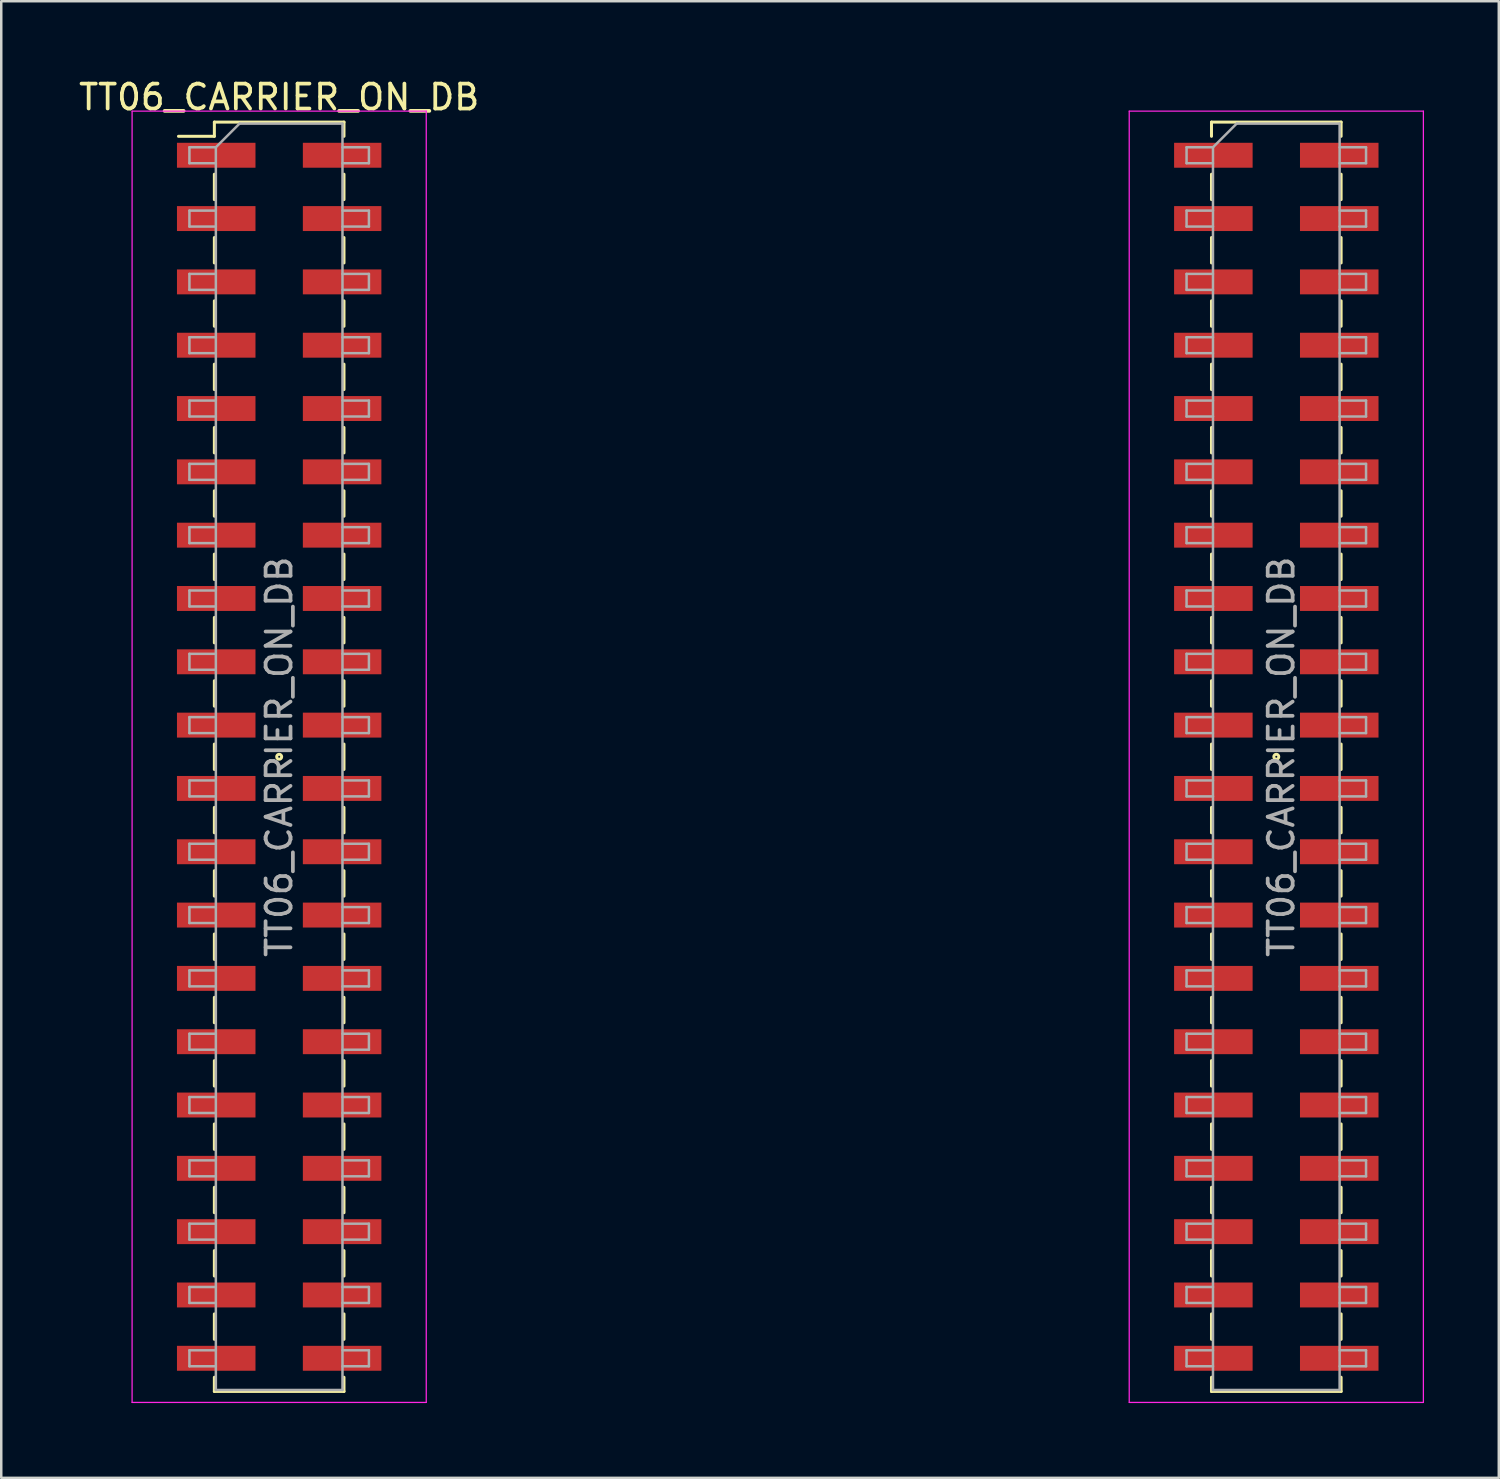
<source format=kicad_pcb>
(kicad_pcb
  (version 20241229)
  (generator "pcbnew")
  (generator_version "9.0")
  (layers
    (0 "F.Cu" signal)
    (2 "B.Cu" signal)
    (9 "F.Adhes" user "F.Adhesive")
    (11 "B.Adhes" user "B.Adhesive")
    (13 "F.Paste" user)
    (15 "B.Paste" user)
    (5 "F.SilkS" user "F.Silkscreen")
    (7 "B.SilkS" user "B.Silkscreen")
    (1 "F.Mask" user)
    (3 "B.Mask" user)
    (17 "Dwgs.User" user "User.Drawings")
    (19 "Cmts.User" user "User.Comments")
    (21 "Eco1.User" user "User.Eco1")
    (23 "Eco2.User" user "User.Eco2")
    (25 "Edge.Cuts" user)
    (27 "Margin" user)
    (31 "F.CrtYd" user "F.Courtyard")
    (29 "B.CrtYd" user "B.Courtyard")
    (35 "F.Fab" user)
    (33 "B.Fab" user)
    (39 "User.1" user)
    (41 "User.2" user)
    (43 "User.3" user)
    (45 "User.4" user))
  (footprint "TT06_CARRIER_ON_DB"
    (layer "F.Cu")
    (at 28.149 27.308)
    (property "Reference" "TT06_CARRIER_ON_DB" (at -20 -26.46 0) (layer "F.SilkS") (effects (font (size 1 1) (thickness 0.15))))
    (attr smd)
    (fp_line (start -24.04 -24.89) (end -22.6 -24.89) (stroke (width 0.12) (type solid)) (layer "F.SilkS"))
    (fp_line (start -22.6 -25.46) (end -22.6 -24.89) (stroke (width 0.12) (type solid)) (layer "F.SilkS"))
    (fp_line (start -22.6 -25.46) (end -17.4 -25.46) (stroke (width 0.12) (type solid)) (layer "F.SilkS"))
    (fp_line (start -22.6 -23.37) (end -22.6 -22.35) (stroke (width 0.12) (type solid)) (layer "F.SilkS"))
    (fp_line (start -22.6 -20.83) (end -22.6 -19.81) (stroke (width 0.12) (type solid)) (layer "F.SilkS"))
    (fp_line (start -22.6 -18.29) (end -22.6 -17.27) (stroke (width 0.12) (type solid)) (layer "F.SilkS"))
    (fp_line (start -22.6 -15.75) (end -22.6 -14.73) (stroke (width 0.12) (type solid)) (layer "F.SilkS"))
    (fp_line (start -22.6 -13.21) (end -22.6 -12.19) (stroke (width 0.12) (type solid)) (layer "F.SilkS"))
    (fp_line (start -22.6 -10.67) (end -22.6 -9.65) (stroke (width 0.12) (type solid)) (layer "F.SilkS"))
    (fp_line (start -22.6 -8.13) (end -22.6 -7.11) (stroke (width 0.12) (type solid)) (layer "F.SilkS"))
    (fp_line (start -22.6 -5.59) (end -22.6 -4.57) (stroke (width 0.12) (type solid)) (layer "F.SilkS"))
    (fp_line (start -22.6 -3.05) (end -22.6 -2.03) (stroke (width 0.12) (type solid)) (layer "F.SilkS"))
    (fp_line (start -22.6 -0.51) (end -22.6 0.51) (stroke (width 0.12) (type solid)) (layer "F.SilkS"))
    (fp_line (start -22.6 2.03) (end -22.6 3.05) (stroke (width 0.12) (type solid)) (layer "F.SilkS"))
    (fp_line (start -22.6 4.57) (end -22.6 5.59) (stroke (width 0.12) (type solid)) (layer "F.SilkS"))
    (fp_line (start -22.6 7.11) (end -22.6 8.13) (stroke (width 0.12) (type solid)) (layer "F.SilkS"))
    (fp_line (start -22.6 9.65) (end -22.6 10.67) (stroke (width 0.12) (type solid)) (layer "F.SilkS"))
    (fp_line (start -22.6 12.19) (end -22.6 13.21) (stroke (width 0.12) (type solid)) (layer "F.SilkS"))
    (fp_line (start -22.6 14.73) (end -22.6 15.75) (stroke (width 0.12) (type solid)) (layer "F.SilkS"))
    (fp_line (start -22.6 17.27) (end -22.6 18.29) (stroke (width 0.12) (type solid)) (layer "F.SilkS"))
    (fp_line (start -22.6 19.81) (end -22.6 20.83) (stroke (width 0.12) (type solid)) (layer "F.SilkS"))
    (fp_line (start -22.6 22.35) (end -22.6 23.37) (stroke (width 0.12) (type solid)) (layer "F.SilkS"))
    (fp_line (start -22.6 24.89) (end -22.6 25.46) (stroke (width 0.12) (type solid)) (layer "F.SilkS"))
    (fp_line (start -22.6 25.46) (end -17.4 25.46) (stroke (width 0.12) (type solid)) (layer "F.SilkS"))
    (fp_line (start -17.4 -25.46) (end -17.4 -24.89) (stroke (width 0.12) (type solid)) (layer "F.SilkS"))
    (fp_line (start -17.4 -23.37) (end -17.4 -22.35) (stroke (width 0.12) (type solid)) (layer "F.SilkS"))
    (fp_line (start -17.4 -20.83) (end -17.4 -19.81) (stroke (width 0.12) (type solid)) (layer "F.SilkS"))
    (fp_line (start -17.4 -18.29) (end -17.4 -17.27) (stroke (width 0.12) (type solid)) (layer "F.SilkS"))
    (fp_line (start -17.4 -15.75) (end -17.4 -14.73) (stroke (width 0.12) (type solid)) (layer "F.SilkS"))
    (fp_line (start -17.4 -13.21) (end -17.4 -12.19) (stroke (width 0.12) (type solid)) (layer "F.SilkS"))
    (fp_line (start -17.4 -10.67) (end -17.4 -9.65) (stroke (width 0.12) (type solid)) (layer "F.SilkS"))
    (fp_line (start -17.4 -8.13) (end -17.4 -7.11) (stroke (width 0.12) (type solid)) (layer "F.SilkS"))
    (fp_line (start -17.4 -5.59) (end -17.4 -4.57) (stroke (width 0.12) (type solid)) (layer "F.SilkS"))
    (fp_line (start -17.4 -3.05) (end -17.4 -2.03) (stroke (width 0.12) (type solid)) (layer "F.SilkS"))
    (fp_line (start -17.4 -0.51) (end -17.4 0.51) (stroke (width 0.12) (type solid)) (layer "F.SilkS"))
    (fp_line (start -17.4 2.03) (end -17.4 3.05) (stroke (width 0.12) (type solid)) (layer "F.SilkS"))
    (fp_line (start -17.4 4.57) (end -17.4 5.59) (stroke (width 0.12) (type solid)) (layer "F.SilkS"))
    (fp_line (start -17.4 7.11) (end -17.4 8.13) (stroke (width 0.12) (type solid)) (layer "F.SilkS"))
    (fp_line (start -17.4 9.65) (end -17.4 10.67) (stroke (width 0.12) (type solid)) (layer "F.SilkS"))
    (fp_line (start -17.4 12.19) (end -17.4 13.21) (stroke (width 0.12) (type solid)) (layer "F.SilkS"))
    (fp_line (start -17.4 14.73) (end -17.4 15.75) (stroke (width 0.12) (type solid)) (layer "F.SilkS"))
    (fp_line (start -17.4 17.27) (end -17.4 18.29) (stroke (width 0.12) (type solid)) (layer "F.SilkS"))
    (fp_line (start -17.4 19.81) (end -17.4 20.83) (stroke (width 0.12) (type solid)) (layer "F.SilkS"))
    (fp_line (start -17.4 22.35) (end -17.4 23.37) (stroke (width 0.12) (type solid)) (layer "F.SilkS"))
    (fp_line (start -17.4 24.89) (end -17.4 25.46) (stroke (width 0.12) (type solid)) (layer "F.SilkS"))
    (fp_line (start 17.4 -25.46) (end 17.4 -24.89) (stroke (width 0.12) (type solid)) (layer "F.SilkS"))
    (fp_line (start 17.4 -25.46) (end 22.6 -25.46) (stroke (width 0.12) (type solid)) (layer "F.SilkS"))
    (fp_line (start 17.4 -23.37) (end 17.4 -22.35) (stroke (width 0.12) (type solid)) (layer "F.SilkS"))
    (fp_line (start 17.4 -20.83) (end 17.4 -19.81) (stroke (width 0.12) (type solid)) (layer "F.SilkS"))
    (fp_line (start 17.4 -18.29) (end 17.4 -17.27) (stroke (width 0.12) (type solid)) (layer "F.SilkS"))
    (fp_line (start 17.4 -15.75) (end 17.4 -14.73) (stroke (width 0.12) (type solid)) (layer "F.SilkS"))
    (fp_line (start 17.4 -13.21) (end 17.4 -12.19) (stroke (width 0.12) (type solid)) (layer "F.SilkS"))
    (fp_line (start 17.4 -10.67) (end 17.4 -9.65) (stroke (width 0.12) (type solid)) (layer "F.SilkS"))
    (fp_line (start 17.4 -8.13) (end 17.4 -7.11) (stroke (width 0.12) (type solid)) (layer "F.SilkS"))
    (fp_line (start 17.4 -5.59) (end 17.4 -4.57) (stroke (width 0.12) (type solid)) (layer "F.SilkS"))
    (fp_line (start 17.4 -3.05) (end 17.4 -2.03) (stroke (width 0.12) (type solid)) (layer "F.SilkS"))
    (fp_line (start 17.4 -0.51) (end 17.4 0.51) (stroke (width 0.12) (type solid)) (layer "F.SilkS"))
    (fp_line (start 17.4 2.03) (end 17.4 3.05) (stroke (width 0.12) (type solid)) (layer "F.SilkS"))
    (fp_line (start 17.4 4.57) (end 17.4 5.59) (stroke (width 0.12) (type solid)) (layer "F.SilkS"))
    (fp_line (start 17.4 7.11) (end 17.4 8.13) (stroke (width 0.12) (type solid)) (layer "F.SilkS"))
    (fp_line (start 17.4 9.65) (end 17.4 10.67) (stroke (width 0.12) (type solid)) (layer "F.SilkS"))
    (fp_line (start 17.4 12.19) (end 17.4 13.21) (stroke (width 0.12) (type solid)) (layer "F.SilkS"))
    (fp_line (start 17.4 14.73) (end 17.4 15.75) (stroke (width 0.12) (type solid)) (layer "F.SilkS"))
    (fp_line (start 17.4 17.27) (end 17.4 18.29) (stroke (width 0.12) (type solid)) (layer "F.SilkS"))
    (fp_line (start 17.4 19.81) (end 17.4 20.83) (stroke (width 0.12) (type solid)) (layer "F.SilkS"))
    (fp_line (start 17.4 22.35) (end 17.4 23.37) (stroke (width 0.12) (type solid)) (layer "F.SilkS"))
    (fp_line (start 17.4 24.89) (end 17.4 25.46) (stroke (width 0.12) (type solid)) (layer "F.SilkS"))
    (fp_line (start 17.4 25.46) (end 22.6 25.46) (stroke (width 0.12) (type solid)) (layer "F.SilkS"))
    (fp_line (start 22.6 -25.46) (end 22.6 -24.89) (stroke (width 0.12) (type solid)) (layer "F.SilkS"))
    (fp_line (start 22.6 -23.37) (end 22.6 -22.35) (stroke (width 0.12) (type solid)) (layer "F.SilkS"))
    (fp_line (start 22.6 -20.83) (end 22.6 -19.81) (stroke (width 0.12) (type solid)) (layer "F.SilkS"))
    (fp_line (start 22.6 -18.29) (end 22.6 -17.27) (stroke (width 0.12) (type solid)) (layer "F.SilkS"))
    (fp_line (start 22.6 -15.75) (end 22.6 -14.73) (stroke (width 0.12) (type solid)) (layer "F.SilkS"))
    (fp_line (start 22.6 -13.21) (end 22.6 -12.19) (stroke (width 0.12) (type solid)) (layer "F.SilkS"))
    (fp_line (start 22.6 -10.67) (end 22.6 -9.65) (stroke (width 0.12) (type solid)) (layer "F.SilkS"))
    (fp_line (start 22.6 -8.13) (end 22.6 -7.11) (stroke (width 0.12) (type solid)) (layer "F.SilkS"))
    (fp_line (start 22.6 -5.59) (end 22.6 -4.57) (stroke (width 0.12) (type solid)) (layer "F.SilkS"))
    (fp_line (start 22.6 -3.05) (end 22.6 -2.03) (stroke (width 0.12) (type solid)) (layer "F.SilkS"))
    (fp_line (start 22.6 -0.51) (end 22.6 0.51) (stroke (width 0.12) (type solid)) (layer "F.SilkS"))
    (fp_line (start 22.6 2.03) (end 22.6 3.05) (stroke (width 0.12) (type solid)) (layer "F.SilkS"))
    (fp_line (start 22.6 4.57) (end 22.6 5.59) (stroke (width 0.12) (type solid)) (layer "F.SilkS"))
    (fp_line (start 22.6 7.11) (end 22.6 8.13) (stroke (width 0.12) (type solid)) (layer "F.SilkS"))
    (fp_line (start 22.6 9.65) (end 22.6 10.67) (stroke (width 0.12) (type solid)) (layer "F.SilkS"))
    (fp_line (start 22.6 12.19) (end 22.6 13.21) (stroke (width 0.12) (type solid)) (layer "F.SilkS"))
    (fp_line (start 22.6 14.73) (end 22.6 15.75) (stroke (width 0.12) (type solid)) (layer "F.SilkS"))
    (fp_line (start 22.6 17.27) (end 22.6 18.29) (stroke (width 0.12) (type solid)) (layer "F.SilkS"))
    (fp_line (start 22.6 19.81) (end 22.6 20.83) (stroke (width 0.12) (type solid)) (layer "F.SilkS"))
    (fp_line (start 22.6 22.35) (end 22.6 23.37) (stroke (width 0.12) (type solid)) (layer "F.SilkS"))
    (fp_line (start 22.6 24.89) (end 22.6 25.46) (stroke (width 0.12) (type solid)) (layer "F.SilkS"))
    (fp_circle (center -20 0) (end -19.9 0) (stroke (width 0.12) (type default)) (fill no) (layer "F.SilkS"))
    (fp_circle (center 20 0) (end 20.1 0) (stroke (width 0.12) (type default)) (fill no) (layer "F.SilkS"))
    (fp_line (start -25.9 -25.9) (end -25.9 25.9) (stroke (width 0.05) (type solid)) (layer "F.CrtYd"))
    (fp_line (start -25.9 25.9) (end -14.1 25.9) (stroke (width 0.05) (type solid)) (layer "F.CrtYd"))
    (fp_line (start -14.1 -25.9) (end -25.9 -25.9) (stroke (width 0.05) (type solid)) (layer "F.CrtYd"))
    (fp_line (start -14.1 25.9) (end -14.1 -25.9) (stroke (width 0.05) (type solid)) (layer "F.CrtYd"))
    (fp_line (start 14.1 -25.9) (end 14.1 25.9) (stroke (width 0.05) (type solid)) (layer "F.CrtYd"))
    (fp_line (start 14.1 25.9) (end 25.9 25.9) (stroke (width 0.05) (type solid)) (layer "F.CrtYd"))
    (fp_line (start 25.9 -25.9) (end 14.1 -25.9) (stroke (width 0.05) (type solid)) (layer "F.CrtYd"))
    (fp_line (start 25.9 25.9) (end 25.9 -25.9) (stroke (width 0.05) (type solid)) (layer "F.CrtYd"))
    (fp_line (start -23.6 -24.45) (end -23.6 -23.81) (stroke (width 0.1) (type solid)) (layer "F.Fab"))
    (fp_line (start -23.6 -23.81) (end -22.54 -23.81) (stroke (width 0.1) (type solid)) (layer "F.Fab"))
    (fp_line (start -23.6 -21.91) (end -23.6 -21.27) (stroke (width 0.1) (type solid)) (layer "F.Fab"))
    (fp_line (start -23.6 -21.27) (end -22.54 -21.27) (stroke (width 0.1) (type solid)) (layer "F.Fab"))
    (fp_line (start -23.6 -19.37) (end -23.6 -18.73) (stroke (width 0.1) (type solid)) (layer "F.Fab"))
    (fp_line (start -23.6 -18.73) (end -22.54 -18.73) (stroke (width 0.1) (type solid)) (layer "F.Fab"))
    (fp_line (start -23.6 -16.83) (end -23.6 -16.19) (stroke (width 0.1) (type solid)) (layer "F.Fab"))
    (fp_line (start -23.6 -16.19) (end -22.54 -16.19) (stroke (width 0.1) (type solid)) (layer "F.Fab"))
    (fp_line (start -23.6 -14.29) (end -23.6 -13.65) (stroke (width 0.1) (type solid)) (layer "F.Fab"))
    (fp_line (start -23.6 -13.65) (end -22.54 -13.65) (stroke (width 0.1) (type solid)) (layer "F.Fab"))
    (fp_line (start -23.6 -11.75) (end -23.6 -11.11) (stroke (width 0.1) (type solid)) (layer "F.Fab"))
    (fp_line (start -23.6 -11.11) (end -22.54 -11.11) (stroke (width 0.1) (type solid)) (layer "F.Fab"))
    (fp_line (start -23.6 -9.21) (end -23.6 -8.57) (stroke (width 0.1) (type solid)) (layer "F.Fab"))
    (fp_line (start -23.6 -8.57) (end -22.54 -8.57) (stroke (width 0.1) (type solid)) (layer "F.Fab"))
    (fp_line (start -23.6 -6.67) (end -23.6 -6.03) (stroke (width 0.1) (type solid)) (layer "F.Fab"))
    (fp_line (start -23.6 -6.03) (end -22.54 -6.03) (stroke (width 0.1) (type solid)) (layer "F.Fab"))
    (fp_line (start -23.6 -4.13) (end -23.6 -3.49) (stroke (width 0.1) (type solid)) (layer "F.Fab"))
    (fp_line (start -23.6 -3.49) (end -22.54 -3.49) (stroke (width 0.1) (type solid)) (layer "F.Fab"))
    (fp_line (start -23.6 -1.59) (end -23.6 -0.95) (stroke (width 0.1) (type solid)) (layer "F.Fab"))
    (fp_line (start -23.6 -0.95) (end -22.54 -0.95) (stroke (width 0.1) (type solid)) (layer "F.Fab"))
    (fp_line (start -23.6 0.95) (end -23.6 1.59) (stroke (width 0.1) (type solid)) (layer "F.Fab"))
    (fp_line (start -23.6 1.59) (end -22.54 1.59) (stroke (width 0.1) (type solid)) (layer "F.Fab"))
    (fp_line (start -23.6 3.49) (end -23.6 4.13) (stroke (width 0.1) (type solid)) (layer "F.Fab"))
    (fp_line (start -23.6 4.13) (end -22.54 4.13) (stroke (width 0.1) (type solid)) (layer "F.Fab"))
    (fp_line (start -23.6 6.03) (end -23.6 6.67) (stroke (width 0.1) (type solid)) (layer "F.Fab"))
    (fp_line (start -23.6 6.67) (end -22.54 6.67) (stroke (width 0.1) (type solid)) (layer "F.Fab"))
    (fp_line (start -23.6 8.57) (end -23.6 9.21) (stroke (width 0.1) (type solid)) (layer "F.Fab"))
    (fp_line (start -23.6 9.21) (end -22.54 9.21) (stroke (width 0.1) (type solid)) (layer "F.Fab"))
    (fp_line (start -23.6 11.11) (end -23.6 11.75) (stroke (width 0.1) (type solid)) (layer "F.Fab"))
    (fp_line (start -23.6 11.75) (end -22.54 11.75) (stroke (width 0.1) (type solid)) (layer "F.Fab"))
    (fp_line (start -23.6 13.65) (end -23.6 14.29) (stroke (width 0.1) (type solid)) (layer "F.Fab"))
    (fp_line (start -23.6 14.29) (end -22.54 14.29) (stroke (width 0.1) (type solid)) (layer "F.Fab"))
    (fp_line (start -23.6 16.19) (end -23.6 16.83) (stroke (width 0.1) (type solid)) (layer "F.Fab"))
    (fp_line (start -23.6 16.83) (end -22.54 16.83) (stroke (width 0.1) (type solid)) (layer "F.Fab"))
    (fp_line (start -23.6 18.73) (end -23.6 19.37) (stroke (width 0.1) (type solid)) (layer "F.Fab"))
    (fp_line (start -23.6 19.37) (end -22.54 19.37) (stroke (width 0.1) (type solid)) (layer "F.Fab"))
    (fp_line (start -23.6 21.27) (end -23.6 21.91) (stroke (width 0.1) (type solid)) (layer "F.Fab"))
    (fp_line (start -23.6 21.91) (end -22.54 21.91) (stroke (width 0.1) (type solid)) (layer "F.Fab"))
    (fp_line (start -23.6 23.81) (end -23.6 24.45) (stroke (width 0.1) (type solid)) (layer "F.Fab"))
    (fp_line (start -23.6 24.45) (end -22.54 24.45) (stroke (width 0.1) (type solid)) (layer "F.Fab"))
    (fp_line (start -22.54 -24.45) (end -23.6 -24.45) (stroke (width 0.1) (type solid)) (layer "F.Fab"))
    (fp_line (start -22.54 -24.45) (end -21.59 -25.4) (stroke (width 0.1) (type solid)) (layer "F.Fab"))
    (fp_line (start -22.54 -21.91) (end -23.6 -21.91) (stroke (width 0.1) (type solid)) (layer "F.Fab"))
    (fp_line (start -22.54 -19.37) (end -23.6 -19.37) (stroke (width 0.1) (type solid)) (layer "F.Fab"))
    (fp_line (start -22.54 -16.83) (end -23.6 -16.83) (stroke (width 0.1) (type solid)) (layer "F.Fab"))
    (fp_line (start -22.54 -14.29) (end -23.6 -14.29) (stroke (width 0.1) (type solid)) (layer "F.Fab"))
    (fp_line (start -22.54 -11.75) (end -23.6 -11.75) (stroke (width 0.1) (type solid)) (layer "F.Fab"))
    (fp_line (start -22.54 -9.21) (end -23.6 -9.21) (stroke (width 0.1) (type solid)) (layer "F.Fab"))
    (fp_line (start -22.54 -6.67) (end -23.6 -6.67) (stroke (width 0.1) (type solid)) (layer "F.Fab"))
    (fp_line (start -22.54 -4.13) (end -23.6 -4.13) (stroke (width 0.1) (type solid)) (layer "F.Fab"))
    (fp_line (start -22.54 -1.59) (end -23.6 -1.59) (stroke (width 0.1) (type solid)) (layer "F.Fab"))
    (fp_line (start -22.54 0.95) (end -23.6 0.95) (stroke (width 0.1) (type solid)) (layer "F.Fab"))
    (fp_line (start -22.54 3.49) (end -23.6 3.49) (stroke (width 0.1) (type solid)) (layer "F.Fab"))
    (fp_line (start -22.54 6.03) (end -23.6 6.03) (stroke (width 0.1) (type solid)) (layer "F.Fab"))
    (fp_line (start -22.54 8.57) (end -23.6 8.57) (stroke (width 0.1) (type solid)) (layer "F.Fab"))
    (fp_line (start -22.54 11.11) (end -23.6 11.11) (stroke (width 0.1) (type solid)) (layer "F.Fab"))
    (fp_line (start -22.54 13.65) (end -23.6 13.65) (stroke (width 0.1) (type solid)) (layer "F.Fab"))
    (fp_line (start -22.54 16.19) (end -23.6 16.19) (stroke (width 0.1) (type solid)) (layer "F.Fab"))
    (fp_line (start -22.54 18.73) (end -23.6 18.73) (stroke (width 0.1) (type solid)) (layer "F.Fab"))
    (fp_line (start -22.54 21.27) (end -23.6 21.27) (stroke (width 0.1) (type solid)) (layer "F.Fab"))
    (fp_line (start -22.54 23.81) (end -23.6 23.81) (stroke (width 0.1) (type solid)) (layer "F.Fab"))
    (fp_line (start -22.54 25.4) (end -22.54 -24.45) (stroke (width 0.1) (type solid)) (layer "F.Fab"))
    (fp_line (start -21.59 -25.4) (end -17.46 -25.4) (stroke (width 0.1) (type solid)) (layer "F.Fab"))
    (fp_line (start -17.46 -25.4) (end -17.46 25.4) (stroke (width 0.1) (type solid)) (layer "F.Fab"))
    (fp_line (start -17.46 -24.45) (end -16.4 -24.45) (stroke (width 0.1) (type solid)) (layer "F.Fab"))
    (fp_line (start -17.46 -21.91) (end -16.4 -21.91) (stroke (width 0.1) (type solid)) (layer "F.Fab"))
    (fp_line (start -17.46 -19.37) (end -16.4 -19.37) (stroke (width 0.1) (type solid)) (layer "F.Fab"))
    (fp_line (start -17.46 -16.83) (end -16.4 -16.83) (stroke (width 0.1) (type solid)) (layer "F.Fab"))
    (fp_line (start -17.46 -14.29) (end -16.4 -14.29) (stroke (width 0.1) (type solid)) (layer "F.Fab"))
    (fp_line (start -17.46 -11.75) (end -16.4 -11.75) (stroke (width 0.1) (type solid)) (layer "F.Fab"))
    (fp_line (start -17.46 -9.21) (end -16.4 -9.21) (stroke (width 0.1) (type solid)) (layer "F.Fab"))
    (fp_line (start -17.46 -6.67) (end -16.4 -6.67) (stroke (width 0.1) (type solid)) (layer "F.Fab"))
    (fp_line (start -17.46 -4.13) (end -16.4 -4.13) (stroke (width 0.1) (type solid)) (layer "F.Fab"))
    (fp_line (start -17.46 -1.59) (end -16.4 -1.59) (stroke (width 0.1) (type solid)) (layer "F.Fab"))
    (fp_line (start -17.46 0.95) (end -16.4 0.95) (stroke (width 0.1) (type solid)) (layer "F.Fab"))
    (fp_line (start -17.46 3.49) (end -16.4 3.49) (stroke (width 0.1) (type solid)) (layer "F.Fab"))
    (fp_line (start -17.46 6.03) (end -16.4 6.03) (stroke (width 0.1) (type solid)) (layer "F.Fab"))
    (fp_line (start -17.46 8.57) (end -16.4 8.57) (stroke (width 0.1) (type solid)) (layer "F.Fab"))
    (fp_line (start -17.46 11.11) (end -16.4 11.11) (stroke (width 0.1) (type solid)) (layer "F.Fab"))
    (fp_line (start -17.46 13.65) (end -16.4 13.65) (stroke (width 0.1) (type solid)) (layer "F.Fab"))
    (fp_line (start -17.46 16.19) (end -16.4 16.19) (stroke (width 0.1) (type solid)) (layer "F.Fab"))
    (fp_line (start -17.46 18.73) (end -16.4 18.73) (stroke (width 0.1) (type solid)) (layer "F.Fab"))
    (fp_line (start -17.46 21.27) (end -16.4 21.27) (stroke (width 0.1) (type solid)) (layer "F.Fab"))
    (fp_line (start -17.46 23.81) (end -16.4 23.81) (stroke (width 0.1) (type solid)) (layer "F.Fab"))
    (fp_line (start -17.46 25.4) (end -22.54 25.4) (stroke (width 0.1) (type solid)) (layer "F.Fab"))
    (fp_line (start -16.4 -24.45) (end -16.4 -23.81) (stroke (width 0.1) (type solid)) (layer "F.Fab"))
    (fp_line (start -16.4 -23.81) (end -17.46 -23.81) (stroke (width 0.1) (type solid)) (layer "F.Fab"))
    (fp_line (start -16.4 -21.91) (end -16.4 -21.27) (stroke (width 0.1) (type solid)) (layer "F.Fab"))
    (fp_line (start -16.4 -21.27) (end -17.46 -21.27) (stroke (width 0.1) (type solid)) (layer "F.Fab"))
    (fp_line (start -16.4 -19.37) (end -16.4 -18.73) (stroke (width 0.1) (type solid)) (layer "F.Fab"))
    (fp_line (start -16.4 -18.73) (end -17.46 -18.73) (stroke (width 0.1) (type solid)) (layer "F.Fab"))
    (fp_line (start -16.4 -16.83) (end -16.4 -16.19) (stroke (width 0.1) (type solid)) (layer "F.Fab"))
    (fp_line (start -16.4 -16.19) (end -17.46 -16.19) (stroke (width 0.1) (type solid)) (layer "F.Fab"))
    (fp_line (start -16.4 -14.29) (end -16.4 -13.65) (stroke (width 0.1) (type solid)) (layer "F.Fab"))
    (fp_line (start -16.4 -13.65) (end -17.46 -13.65) (stroke (width 0.1) (type solid)) (layer "F.Fab"))
    (fp_line (start -16.4 -11.75) (end -16.4 -11.11) (stroke (width 0.1) (type solid)) (layer "F.Fab"))
    (fp_line (start -16.4 -11.11) (end -17.46 -11.11) (stroke (width 0.1) (type solid)) (layer "F.Fab"))
    (fp_line (start -16.4 -9.21) (end -16.4 -8.57) (stroke (width 0.1) (type solid)) (layer "F.Fab"))
    (fp_line (start -16.4 -8.57) (end -17.46 -8.57) (stroke (width 0.1) (type solid)) (layer "F.Fab"))
    (fp_line (start -16.4 -6.67) (end -16.4 -6.03) (stroke (width 0.1) (type solid)) (layer "F.Fab"))
    (fp_line (start -16.4 -6.03) (end -17.46 -6.03) (stroke (width 0.1) (type solid)) (layer "F.Fab"))
    (fp_line (start -16.4 -4.13) (end -16.4 -3.49) (stroke (width 0.1) (type solid)) (layer "F.Fab"))
    (fp_line (start -16.4 -3.49) (end -17.46 -3.49) (stroke (width 0.1) (type solid)) (layer "F.Fab"))
    (fp_line (start -16.4 -1.59) (end -16.4 -0.95) (stroke (width 0.1) (type solid)) (layer "F.Fab"))
    (fp_line (start -16.4 -0.95) (end -17.46 -0.95) (stroke (width 0.1) (type solid)) (layer "F.Fab"))
    (fp_line (start -16.4 0.95) (end -16.4 1.59) (stroke (width 0.1) (type solid)) (layer "F.Fab"))
    (fp_line (start -16.4 1.59) (end -17.46 1.59) (stroke (width 0.1) (type solid)) (layer "F.Fab"))
    (fp_line (start -16.4 3.49) (end -16.4 4.13) (stroke (width 0.1) (type solid)) (layer "F.Fab"))
    (fp_line (start -16.4 4.13) (end -17.46 4.13) (stroke (width 0.1) (type solid)) (layer "F.Fab"))
    (fp_line (start -16.4 6.03) (end -16.4 6.67) (stroke (width 0.1) (type solid)) (layer "F.Fab"))
    (fp_line (start -16.4 6.67) (end -17.46 6.67) (stroke (width 0.1) (type solid)) (layer "F.Fab"))
    (fp_line (start -16.4 8.57) (end -16.4 9.21) (stroke (width 0.1) (type solid)) (layer "F.Fab"))
    (fp_line (start -16.4 9.21) (end -17.46 9.21) (stroke (width 0.1) (type solid)) (layer "F.Fab"))
    (fp_line (start -16.4 11.11) (end -16.4 11.75) (stroke (width 0.1) (type solid)) (layer "F.Fab"))
    (fp_line (start -16.4 11.75) (end -17.46 11.75) (stroke (width 0.1) (type solid)) (layer "F.Fab"))
    (fp_line (start -16.4 13.65) (end -16.4 14.29) (stroke (width 0.1) (type solid)) (layer "F.Fab"))
    (fp_line (start -16.4 14.29) (end -17.46 14.29) (stroke (width 0.1) (type solid)) (layer "F.Fab"))
    (fp_line (start -16.4 16.19) (end -16.4 16.83) (stroke (width 0.1) (type solid)) (layer "F.Fab"))
    (fp_line (start -16.4 16.83) (end -17.46 16.83) (stroke (width 0.1) (type solid)) (layer "F.Fab"))
    (fp_line (start -16.4 18.73) (end -16.4 19.37) (stroke (width 0.1) (type solid)) (layer "F.Fab"))
    (fp_line (start -16.4 19.37) (end -17.46 19.37) (stroke (width 0.1) (type solid)) (layer "F.Fab"))
    (fp_line (start -16.4 21.27) (end -16.4 21.91) (stroke (width 0.1) (type solid)) (layer "F.Fab"))
    (fp_line (start -16.4 21.91) (end -17.46 21.91) (stroke (width 0.1) (type solid)) (layer "F.Fab"))
    (fp_line (start -16.4 23.81) (end -16.4 24.45) (stroke (width 0.1) (type solid)) (layer "F.Fab"))
    (fp_line (start -16.4 24.45) (end -17.46 24.45) (stroke (width 0.1) (type solid)) (layer "F.Fab"))
    (fp_line (start 16.4 -24.45) (end 16.4 -23.81) (stroke (width 0.1) (type solid)) (layer "F.Fab"))
    (fp_line (start 16.4 -23.81) (end 17.46 -23.81) (stroke (width 0.1) (type solid)) (layer "F.Fab"))
    (fp_line (start 16.4 -21.91) (end 16.4 -21.27) (stroke (width 0.1) (type solid)) (layer "F.Fab"))
    (fp_line (start 16.4 -21.27) (end 17.46 -21.27) (stroke (width 0.1) (type solid)) (layer "F.Fab"))
    (fp_line (start 16.4 -19.37) (end 16.4 -18.73) (stroke (width 0.1) (type solid)) (layer "F.Fab"))
    (fp_line (start 16.4 -18.73) (end 17.46 -18.73) (stroke (width 0.1) (type solid)) (layer "F.Fab"))
    (fp_line (start 16.4 -16.83) (end 16.4 -16.19) (stroke (width 0.1) (type solid)) (layer "F.Fab"))
    (fp_line (start 16.4 -16.19) (end 17.46 -16.19) (stroke (width 0.1) (type solid)) (layer "F.Fab"))
    (fp_line (start 16.4 -14.29) (end 16.4 -13.65) (stroke (width 0.1) (type solid)) (layer "F.Fab"))
    (fp_line (start 16.4 -13.65) (end 17.46 -13.65) (stroke (width 0.1) (type solid)) (layer "F.Fab"))
    (fp_line (start 16.4 -11.75) (end 16.4 -11.11) (stroke (width 0.1) (type solid)) (layer "F.Fab"))
    (fp_line (start 16.4 -11.11) (end 17.46 -11.11) (stroke (width 0.1) (type solid)) (layer "F.Fab"))
    (fp_line (start 16.4 -9.21) (end 16.4 -8.57) (stroke (width 0.1) (type solid)) (layer "F.Fab"))
    (fp_line (start 16.4 -8.57) (end 17.46 -8.57) (stroke (width 0.1) (type solid)) (layer "F.Fab"))
    (fp_line (start 16.4 -6.67) (end 16.4 -6.03) (stroke (width 0.1) (type solid)) (layer "F.Fab"))
    (fp_line (start 16.4 -6.03) (end 17.46 -6.03) (stroke (width 0.1) (type solid)) (layer "F.Fab"))
    (fp_line (start 16.4 -4.13) (end 16.4 -3.49) (stroke (width 0.1) (type solid)) (layer "F.Fab"))
    (fp_line (start 16.4 -3.49) (end 17.46 -3.49) (stroke (width 0.1) (type solid)) (layer "F.Fab"))
    (fp_line (start 16.4 -1.59) (end 16.4 -0.95) (stroke (width 0.1) (type solid)) (layer "F.Fab"))
    (fp_line (start 16.4 -0.95) (end 17.46 -0.95) (stroke (width 0.1) (type solid)) (layer "F.Fab"))
    (fp_line (start 16.4 0.95) (end 16.4 1.59) (stroke (width 0.1) (type solid)) (layer "F.Fab"))
    (fp_line (start 16.4 1.59) (end 17.46 1.59) (stroke (width 0.1) (type solid)) (layer "F.Fab"))
    (fp_line (start 16.4 3.49) (end 16.4 4.13) (stroke (width 0.1) (type solid)) (layer "F.Fab"))
    (fp_line (start 16.4 4.13) (end 17.46 4.13) (stroke (width 0.1) (type solid)) (layer "F.Fab"))
    (fp_line (start 16.4 6.03) (end 16.4 6.67) (stroke (width 0.1) (type solid)) (layer "F.Fab"))
    (fp_line (start 16.4 6.67) (end 17.46 6.67) (stroke (width 0.1) (type solid)) (layer "F.Fab"))
    (fp_line (start 16.4 8.57) (end 16.4 9.21) (stroke (width 0.1) (type solid)) (layer "F.Fab"))
    (fp_line (start 16.4 9.21) (end 17.46 9.21) (stroke (width 0.1) (type solid)) (layer "F.Fab"))
    (fp_line (start 16.4 11.11) (end 16.4 11.75) (stroke (width 0.1) (type solid)) (layer "F.Fab"))
    (fp_line (start 16.4 11.75) (end 17.46 11.75) (stroke (width 0.1) (type solid)) (layer "F.Fab"))
    (fp_line (start 16.4 13.65) (end 16.4 14.29) (stroke (width 0.1) (type solid)) (layer "F.Fab"))
    (fp_line (start 16.4 14.29) (end 17.46 14.29) (stroke (width 0.1) (type solid)) (layer "F.Fab"))
    (fp_line (start 16.4 16.19) (end 16.4 16.83) (stroke (width 0.1) (type solid)) (layer "F.Fab"))
    (fp_line (start 16.4 16.83) (end 17.46 16.83) (stroke (width 0.1) (type solid)) (layer "F.Fab"))
    (fp_line (start 16.4 18.73) (end 16.4 19.37) (stroke (width 0.1) (type solid)) (layer "F.Fab"))
    (fp_line (start 16.4 19.37) (end 17.46 19.37) (stroke (width 0.1) (type solid)) (layer "F.Fab"))
    (fp_line (start 16.4 21.27) (end 16.4 21.91) (stroke (width 0.1) (type solid)) (layer "F.Fab"))
    (fp_line (start 16.4 21.91) (end 17.46 21.91) (stroke (width 0.1) (type solid)) (layer "F.Fab"))
    (fp_line (start 16.4 23.81) (end 16.4 24.45) (stroke (width 0.1) (type solid)) (layer "F.Fab"))
    (fp_line (start 16.4 24.45) (end 17.46 24.45) (stroke (width 0.1) (type solid)) (layer "F.Fab"))
    (fp_line (start 17.46 -24.45) (end 16.4 -24.45) (stroke (width 0.1) (type solid)) (layer "F.Fab"))
    (fp_line (start 17.46 -24.45) (end 18.41 -25.4) (stroke (width 0.1) (type solid)) (layer "F.Fab"))
    (fp_line (start 17.46 -21.91) (end 16.4 -21.91) (stroke (width 0.1) (type solid)) (layer "F.Fab"))
    (fp_line (start 17.46 -19.37) (end 16.4 -19.37) (stroke (width 0.1) (type solid)) (layer "F.Fab"))
    (fp_line (start 17.46 -16.83) (end 16.4 -16.83) (stroke (width 0.1) (type solid)) (layer "F.Fab"))
    (fp_line (start 17.46 -14.29) (end 16.4 -14.29) (stroke (width 0.1) (type solid)) (layer "F.Fab"))
    (fp_line (start 17.46 -11.75) (end 16.4 -11.75) (stroke (width 0.1) (type solid)) (layer "F.Fab"))
    (fp_line (start 17.46 -9.21) (end 16.4 -9.21) (stroke (width 0.1) (type solid)) (layer "F.Fab"))
    (fp_line (start 17.46 -6.67) (end 16.4 -6.67) (stroke (width 0.1) (type solid)) (layer "F.Fab"))
    (fp_line (start 17.46 -4.13) (end 16.4 -4.13) (stroke (width 0.1) (type solid)) (layer "F.Fab"))
    (fp_line (start 17.46 -1.59) (end 16.4 -1.59) (stroke (width 0.1) (type solid)) (layer "F.Fab"))
    (fp_line (start 17.46 0.95) (end 16.4 0.95) (stroke (width 0.1) (type solid)) (layer "F.Fab"))
    (fp_line (start 17.46 3.49) (end 16.4 3.49) (stroke (width 0.1) (type solid)) (layer "F.Fab"))
    (fp_line (start 17.46 6.03) (end 16.4 6.03) (stroke (width 0.1) (type solid)) (layer "F.Fab"))
    (fp_line (start 17.46 8.57) (end 16.4 8.57) (stroke (width 0.1) (type solid)) (layer "F.Fab"))
    (fp_line (start 17.46 11.11) (end 16.4 11.11) (stroke (width 0.1) (type solid)) (layer "F.Fab"))
    (fp_line (start 17.46 13.65) (end 16.4 13.65) (stroke (width 0.1) (type solid)) (layer "F.Fab"))
    (fp_line (start 17.46 16.19) (end 16.4 16.19) (stroke (width 0.1) (type solid)) (layer "F.Fab"))
    (fp_line (start 17.46 18.73) (end 16.4 18.73) (stroke (width 0.1) (type solid)) (layer "F.Fab"))
    (fp_line (start 17.46 21.27) (end 16.4 21.27) (stroke (width 0.1) (type solid)) (layer "F.Fab"))
    (fp_line (start 17.46 23.81) (end 16.4 23.81) (stroke (width 0.1) (type solid)) (layer "F.Fab"))
    (fp_line (start 17.46 25.4) (end 17.46 -24.45) (stroke (width 0.1) (type solid)) (layer "F.Fab"))
    (fp_line (start 18.41 -25.4) (end 22.54 -25.4) (stroke (width 0.1) (type solid)) (layer "F.Fab"))
    (fp_line (start 22.54 -25.4) (end 22.54 25.4) (stroke (width 0.1) (type solid)) (layer "F.Fab"))
    (fp_line (start 22.54 -24.45) (end 23.6 -24.45) (stroke (width 0.1) (type solid)) (layer "F.Fab"))
    (fp_line (start 22.54 -21.91) (end 23.6 -21.91) (stroke (width 0.1) (type solid)) (layer "F.Fab"))
    (fp_line (start 22.54 -19.37) (end 23.6 -19.37) (stroke (width 0.1) (type solid)) (layer "F.Fab"))
    (fp_line (start 22.54 -16.83) (end 23.6 -16.83) (stroke (width 0.1) (type solid)) (layer "F.Fab"))
    (fp_line (start 22.54 -14.29) (end 23.6 -14.29) (stroke (width 0.1) (type solid)) (layer "F.Fab"))
    (fp_line (start 22.54 -11.75) (end 23.6 -11.75) (stroke (width 0.1) (type solid)) (layer "F.Fab"))
    (fp_line (start 22.54 -9.21) (end 23.6 -9.21) (stroke (width 0.1) (type solid)) (layer "F.Fab"))
    (fp_line (start 22.54 -6.67) (end 23.6 -6.67) (stroke (width 0.1) (type solid)) (layer "F.Fab"))
    (fp_line (start 22.54 -4.13) (end 23.6 -4.13) (stroke (width 0.1) (type solid)) (layer "F.Fab"))
    (fp_line (start 22.54 -1.59) (end 23.6 -1.59) (stroke (width 0.1) (type solid)) (layer "F.Fab"))
    (fp_line (start 22.54 0.95) (end 23.6 0.95) (stroke (width 0.1) (type solid)) (layer "F.Fab"))
    (fp_line (start 22.54 3.49) (end 23.6 3.49) (stroke (width 0.1) (type solid)) (layer "F.Fab"))
    (fp_line (start 22.54 6.03) (end 23.6 6.03) (stroke (width 0.1) (type solid)) (layer "F.Fab"))
    (fp_line (start 22.54 8.57) (end 23.6 8.57) (stroke (width 0.1) (type solid)) (layer "F.Fab"))
    (fp_line (start 22.54 11.11) (end 23.6 11.11) (stroke (width 0.1) (type solid)) (layer "F.Fab"))
    (fp_line (start 22.54 13.65) (end 23.6 13.65) (stroke (width 0.1) (type solid)) (layer "F.Fab"))
    (fp_line (start 22.54 16.19) (end 23.6 16.19) (stroke (width 0.1) (type solid)) (layer "F.Fab"))
    (fp_line (start 22.54 18.73) (end 23.6 18.73) (stroke (width 0.1) (type solid)) (layer "F.Fab"))
    (fp_line (start 22.54 21.27) (end 23.6 21.27) (stroke (width 0.1) (type solid)) (layer "F.Fab"))
    (fp_line (start 22.54 23.81) (end 23.6 23.81) (stroke (width 0.1) (type solid)) (layer "F.Fab"))
    (fp_line (start 22.54 25.4) (end 17.46 25.4) (stroke (width 0.1) (type solid)) (layer "F.Fab"))
    (fp_line (start 23.6 -24.45) (end 23.6 -23.81) (stroke (width 0.1) (type solid)) (layer "F.Fab"))
    (fp_line (start 23.6 -23.81) (end 22.54 -23.81) (stroke (width 0.1) (type solid)) (layer "F.Fab"))
    (fp_line (start 23.6 -21.91) (end 23.6 -21.27) (stroke (width 0.1) (type solid)) (layer "F.Fab"))
    (fp_line (start 23.6 -21.27) (end 22.54 -21.27) (stroke (width 0.1) (type solid)) (layer "F.Fab"))
    (fp_line (start 23.6 -19.37) (end 23.6 -18.73) (stroke (width 0.1) (type solid)) (layer "F.Fab"))
    (fp_line (start 23.6 -18.73) (end 22.54 -18.73) (stroke (width 0.1) (type solid)) (layer "F.Fab"))
    (fp_line (start 23.6 -16.83) (end 23.6 -16.19) (stroke (width 0.1) (type solid)) (layer "F.Fab"))
    (fp_line (start 23.6 -16.19) (end 22.54 -16.19) (stroke (width 0.1) (type solid)) (layer "F.Fab"))
    (fp_line (start 23.6 -14.29) (end 23.6 -13.65) (stroke (width 0.1) (type solid)) (layer "F.Fab"))
    (fp_line (start 23.6 -13.65) (end 22.54 -13.65) (stroke (width 0.1) (type solid)) (layer "F.Fab"))
    (fp_line (start 23.6 -11.75) (end 23.6 -11.11) (stroke (width 0.1) (type solid)) (layer "F.Fab"))
    (fp_line (start 23.6 -11.11) (end 22.54 -11.11) (stroke (width 0.1) (type solid)) (layer "F.Fab"))
    (fp_line (start 23.6 -9.21) (end 23.6 -8.57) (stroke (width 0.1) (type solid)) (layer "F.Fab"))
    (fp_line (start 23.6 -8.57) (end 22.54 -8.57) (stroke (width 0.1) (type solid)) (layer "F.Fab"))
    (fp_line (start 23.6 -6.67) (end 23.6 -6.03) (stroke (width 0.1) (type solid)) (layer "F.Fab"))
    (fp_line (start 23.6 -6.03) (end 22.54 -6.03) (stroke (width 0.1) (type solid)) (layer "F.Fab"))
    (fp_line (start 23.6 -4.13) (end 23.6 -3.49) (stroke (width 0.1) (type solid)) (layer "F.Fab"))
    (fp_line (start 23.6 -3.49) (end 22.54 -3.49) (stroke (width 0.1) (type solid)) (layer "F.Fab"))
    (fp_line (start 23.6 -1.59) (end 23.6 -0.95) (stroke (width 0.1) (type solid)) (layer "F.Fab"))
    (fp_line (start 23.6 -0.95) (end 22.54 -0.95) (stroke (width 0.1) (type solid)) (layer "F.Fab"))
    (fp_line (start 23.6 0.95) (end 23.6 1.59) (stroke (width 0.1) (type solid)) (layer "F.Fab"))
    (fp_line (start 23.6 1.59) (end 22.54 1.59) (stroke (width 0.1) (type solid)) (layer "F.Fab"))
    (fp_line (start 23.6 3.49) (end 23.6 4.13) (stroke (width 0.1) (type solid)) (layer "F.Fab"))
    (fp_line (start 23.6 4.13) (end 22.54 4.13) (stroke (width 0.1) (type solid)) (layer "F.Fab"))
    (fp_line (start 23.6 6.03) (end 23.6 6.67) (stroke (width 0.1) (type solid)) (layer "F.Fab"))
    (fp_line (start 23.6 6.67) (end 22.54 6.67) (stroke (width 0.1) (type solid)) (layer "F.Fab"))
    (fp_line (start 23.6 8.57) (end 23.6 9.21) (stroke (width 0.1) (type solid)) (layer "F.Fab"))
    (fp_line (start 23.6 9.21) (end 22.54 9.21) (stroke (width 0.1) (type solid)) (layer "F.Fab"))
    (fp_line (start 23.6 11.11) (end 23.6 11.75) (stroke (width 0.1) (type solid)) (layer "F.Fab"))
    (fp_line (start 23.6 11.75) (end 22.54 11.75) (stroke (width 0.1) (type solid)) (layer "F.Fab"))
    (fp_line (start 23.6 13.65) (end 23.6 14.29) (stroke (width 0.1) (type solid)) (layer "F.Fab"))
    (fp_line (start 23.6 14.29) (end 22.54 14.29) (stroke (width 0.1) (type solid)) (layer "F.Fab"))
    (fp_line (start 23.6 16.19) (end 23.6 16.83) (stroke (width 0.1) (type solid)) (layer "F.Fab"))
    (fp_line (start 23.6 16.83) (end 22.54 16.83) (stroke (width 0.1) (type solid)) (layer "F.Fab"))
    (fp_line (start 23.6 18.73) (end 23.6 19.37) (stroke (width 0.1) (type solid)) (layer "F.Fab"))
    (fp_line (start 23.6 19.37) (end 22.54 19.37) (stroke (width 0.1) (type solid)) (layer "F.Fab"))
    (fp_line (start 23.6 21.27) (end 23.6 21.91) (stroke (width 0.1) (type solid)) (layer "F.Fab"))
    (fp_line (start 23.6 21.91) (end 22.54 21.91) (stroke (width 0.1) (type solid)) (layer "F.Fab"))
    (fp_line (start 23.6 23.81) (end 23.6 24.45) (stroke (width 0.1) (type solid)) (layer "F.Fab"))
    (fp_line (start 23.6 24.45) (end 22.54 24.45) (stroke (width 0.1) (type solid)) (layer "F.Fab"))
    (fp_text user "${REFERENCE}" (at -20 0 90) (layer "F.Fab") (effects (font (size 1 1) (thickness 0.15))))
    (fp_text user "${REFERENCE}" (at 20.2 0 90) (layer "F.Fab") (effects (font (size 1 1) (thickness 0.15))))
    (pad "A1" smd rect (at -22.525 -24.13) (size 3.15 1) (layers "F.Cu" "F.Mask" "F.Paste"))
    (pad "A2" smd rect (at -17.475 -24.13) (size 3.15 1) (layers "F.Cu" "F.Mask" "F.Paste"))
    (pad "A3" smd rect (at -22.525 -21.59) (size 3.15 1) (layers "F.Cu" "F.Mask" "F.Paste"))
    (pad "A4" smd rect (at -17.475 -21.59) (size 3.15 1) (layers "F.Cu" "F.Mask" "F.Paste"))
    (pad "A5" smd rect (at -22.525 -19.05) (size 3.15 1) (layers "F.Cu" "F.Mask" "F.Paste"))
    (pad "A6" smd rect (at -17.475 -19.05) (size 3.15 1) (layers "F.Cu" "F.Mask" "F.Paste"))
    (pad "A7" smd rect (at -22.525 -16.51) (size 3.15 1) (layers "F.Cu" "F.Mask" "F.Paste"))
    (pad "A8" smd rect (at -17.475 -16.51) (size 3.15 1) (layers "F.Cu" "F.Mask" "F.Paste"))
    (pad "A9" smd rect (at -22.525 -13.97) (size 3.15 1) (layers "F.Cu" "F.Mask" "F.Paste"))
    (pad "A10" smd rect (at -17.475 -13.97) (size 3.15 1) (layers "F.Cu" "F.Mask" "F.Paste"))
    (pad "A11" smd rect (at -22.525 -11.43) (size 3.15 1) (layers "F.Cu" "F.Mask" "F.Paste"))
    (pad "A12" smd rect (at -17.475 -11.43) (size 3.15 1) (layers "F.Cu" "F.Mask" "F.Paste"))
    (pad "A13" smd rect (at -22.525 -8.89) (size 3.15 1) (layers "F.Cu" "F.Mask" "F.Paste"))
    (pad "A14" smd rect (at -17.475 -8.89) (size 3.15 1) (layers "F.Cu" "F.Mask" "F.Paste"))
    (pad "A15" smd rect (at -22.525 -6.35) (size 3.15 1) (layers "F.Cu" "F.Mask" "F.Paste"))
    (pad "A16" smd rect (at -17.475 -6.35) (size 3.15 1) (layers "F.Cu" "F.Mask" "F.Paste"))
    (pad "A17" smd rect (at -22.525 -3.81) (size 3.15 1) (layers "F.Cu" "F.Mask" "F.Paste"))
    (pad "A18" smd rect (at -17.475 -3.81) (size 3.15 1) (layers "F.Cu" "F.Mask" "F.Paste"))
    (pad "A19" smd rect (at -22.525 -1.27) (size 3.15 1) (layers "F.Cu" "F.Mask" "F.Paste"))
    (pad "A20" smd rect (at -17.475 -1.27) (size 3.15 1) (layers "F.Cu" "F.Mask" "F.Paste"))
    (pad "A21" smd rect (at -22.525 1.27) (size 3.15 1) (layers "F.Cu" "F.Mask" "F.Paste"))
    (pad "A22" smd rect (at -17.475 1.27) (size 3.15 1) (layers "F.Cu" "F.Mask" "F.Paste"))
    (pad "A23" smd rect (at -22.525 3.81) (size 3.15 1) (layers "F.Cu" "F.Mask" "F.Paste"))
    (pad "A24" smd rect (at -17.475 3.81) (size 3.15 1) (layers "F.Cu" "F.Mask" "F.Paste"))
    (pad "A25" smd rect (at -22.525 6.35) (size 3.15 1) (layers "F.Cu" "F.Mask" "F.Paste"))
    (pad "A26" smd rect (at -17.475 6.35) (size 3.15 1) (layers "F.Cu" "F.Mask" "F.Paste"))
    (pad "A27" smd rect (at -22.525 8.89) (size 3.15 1) (layers "F.Cu" "F.Mask" "F.Paste"))
    (pad "A28" smd rect (at -17.475 8.89) (size 3.15 1) (layers "F.Cu" "F.Mask" "F.Paste"))
    (pad "A29" smd rect (at -22.525 11.43) (size 3.15 1) (layers "F.Cu" "F.Mask" "F.Paste"))
    (pad "A30" smd rect (at -17.475 11.43) (size 3.15 1) (layers "F.Cu" "F.Mask" "F.Paste"))
    (pad "A31" smd rect (at -22.525 13.97) (size 3.15 1) (layers "F.Cu" "F.Mask" "F.Paste"))
    (pad "A32" smd rect (at -17.475 13.97) (size 3.15 1) (layers "F.Cu" "F.Mask" "F.Paste"))
    (pad "A33" smd rect (at -22.525 16.51) (size 3.15 1) (layers "F.Cu" "F.Mask" "F.Paste"))
    (pad "A34" smd rect (at -17.475 16.51) (size 3.15 1) (layers "F.Cu" "F.Mask" "F.Paste"))
    (pad "A35" smd rect (at -22.525 19.05) (size 3.15 1) (layers "F.Cu" "F.Mask" "F.Paste"))
    (pad "A36" smd rect (at -17.475 19.05) (size 3.15 1) (layers "F.Cu" "F.Mask" "F.Paste"))
    (pad "A37" smd rect (at -22.525 21.59) (size 3.15 1) (layers "F.Cu" "F.Mask" "F.Paste"))
    (pad "A38" smd rect (at -17.475 21.59) (size 3.15 1) (layers "F.Cu" "F.Mask" "F.Paste"))
    (pad "A39" smd rect (at -22.525 24.13) (size 3.15 1) (layers "F.Cu" "F.Mask" "F.Paste"))
    (pad "A40" smd rect (at -17.475 24.13) (size 3.15 1) (layers "F.Cu" "F.Mask" "F.Paste"))
    (pad "B1" smd rect (at 17.475 -24.13) (size 3.15 1) (layers "F.Cu" "F.Mask" "F.Paste"))
    (pad "B2" smd rect (at 22.525 -24.13) (size 3.15 1) (layers "F.Cu" "F.Mask" "F.Paste"))
    (pad "B3" smd rect (at 17.475 -21.59) (size 3.15 1) (layers "F.Cu" "F.Mask" "F.Paste"))
    (pad "B4" smd rect (at 22.525 -21.59) (size 3.15 1) (layers "F.Cu" "F.Mask" "F.Paste"))
    (pad "B5" smd rect (at 17.475 -19.05) (size 3.15 1) (layers "F.Cu" "F.Mask" "F.Paste"))
    (pad "B6" smd rect (at 22.525 -19.05) (size 3.15 1) (layers "F.Cu" "F.Mask" "F.Paste"))
    (pad "B7" smd rect (at 17.475 -16.51) (size 3.15 1) (layers "F.Cu" "F.Mask" "F.Paste"))
    (pad "B8" smd rect (at 22.525 -16.51) (size 3.15 1) (layers "F.Cu" "F.Mask" "F.Paste"))
    (pad "B9" smd rect (at 17.475 -13.97) (size 3.15 1) (layers "F.Cu" "F.Mask" "F.Paste"))
    (pad "B10" smd rect (at 22.525 -13.97) (size 3.15 1) (layers "F.Cu" "F.Mask" "F.Paste"))
    (pad "B11" smd rect (at 17.475 -11.43) (size 3.15 1) (layers "F.Cu" "F.Mask" "F.Paste"))
    (pad "B12" smd rect (at 22.525 -11.43) (size 3.15 1) (layers "F.Cu" "F.Mask" "F.Paste"))
    (pad "B13" smd rect (at 17.475 -8.89) (size 3.15 1) (layers "F.Cu" "F.Mask" "F.Paste"))
    (pad "B14" smd rect (at 22.525 -8.89) (size 3.15 1) (layers "F.Cu" "F.Mask" "F.Paste"))
    (pad "B15" smd rect (at 17.475 -6.35) (size 3.15 1) (layers "F.Cu" "F.Mask" "F.Paste"))
    (pad "B16" smd rect (at 22.525 -6.35) (size 3.15 1) (layers "F.Cu" "F.Mask" "F.Paste"))
    (pad "B17" smd rect (at 17.475 -3.81) (size 3.15 1) (layers "F.Cu" "F.Mask" "F.Paste"))
    (pad "B18" smd rect (at 22.525 -3.81) (size 3.15 1) (layers "F.Cu" "F.Mask" "F.Paste"))
    (pad "B19" smd rect (at 17.475 -1.27) (size 3.15 1) (layers "F.Cu" "F.Mask" "F.Paste"))
    (pad "B20" smd rect (at 22.525 -1.27) (size 3.15 1) (layers "F.Cu" "F.Mask" "F.Paste"))
    (pad "B21" smd rect (at 17.475 1.27) (size 3.15 1) (layers "F.Cu" "F.Mask" "F.Paste"))
    (pad "B22" smd rect (at 22.525 1.27) (size 3.15 1) (layers "F.Cu" "F.Mask" "F.Paste"))
    (pad "B23" smd rect (at 17.475 3.81) (size 3.15 1) (layers "F.Cu" "F.Mask" "F.Paste"))
    (pad "B24" smd rect (at 22.525 3.81) (size 3.15 1) (layers "F.Cu" "F.Mask" "F.Paste"))
    (pad "B25" smd rect (at 17.475 6.35) (size 3.15 1) (layers "F.Cu" "F.Mask" "F.Paste"))
    (pad "B26" smd rect (at 22.525 6.35) (size 3.15 1) (layers "F.Cu" "F.Mask" "F.Paste"))
    (pad "B27" smd rect (at 17.475 8.89) (size 3.15 1) (layers "F.Cu" "F.Mask" "F.Paste"))
    (pad "B28" smd rect (at 22.525 8.89) (size 3.15 1) (layers "F.Cu" "F.Mask" "F.Paste"))
    (pad "B29" smd rect (at 17.475 11.43) (size 3.15 1) (layers "F.Cu" "F.Mask" "F.Paste"))
    (pad "B30" smd rect (at 22.525 11.43) (size 3.15 1) (layers "F.Cu" "F.Mask" "F.Paste"))
    (pad "B31" smd rect (at 17.475 13.97) (size 3.15 1) (layers "F.Cu" "F.Mask" "F.Paste"))
    (pad "B32" smd rect (at 22.525 13.97) (size 3.15 1) (layers "F.Cu" "F.Mask" "F.Paste"))
    (pad "B33" smd rect (at 17.475 16.51) (size 3.15 1) (layers "F.Cu" "F.Mask" "F.Paste"))
    (pad "B34" smd rect (at 22.525 16.51) (size 3.15 1) (layers "F.Cu" "F.Mask" "F.Paste"))
    (pad "B35" smd rect (at 17.475 19.05) (size 3.15 1) (layers "F.Cu" "F.Mask" "F.Paste"))
    (pad "B36" smd rect (at 22.525 19.05) (size 3.15 1) (layers "F.Cu" "F.Mask" "F.Paste"))
    (pad "B37" smd rect (at 17.475 21.59) (size 3.15 1) (layers "F.Cu" "F.Mask" "F.Paste"))
    (pad "B38" smd rect (at 22.525 21.59) (size 3.15 1) (layers "F.Cu" "F.Mask" "F.Paste"))
    (pad "B39" smd rect (at 17.475 24.13) (size 3.15 1) (layers "F.Cu" "F.Mask" "F.Paste"))
    (pad "B40" smd rect (at 22.525 24.13) (size 3.15 1) (layers "F.Cu" "F.Mask" "F.Paste")))
  (gr_rect
    (start -3 -3)
    (end 57.074 56.233)
    (stroke (width 0.1) (type default))
    (fill no)
    (layer "Edge.Cuts")))
</source>
